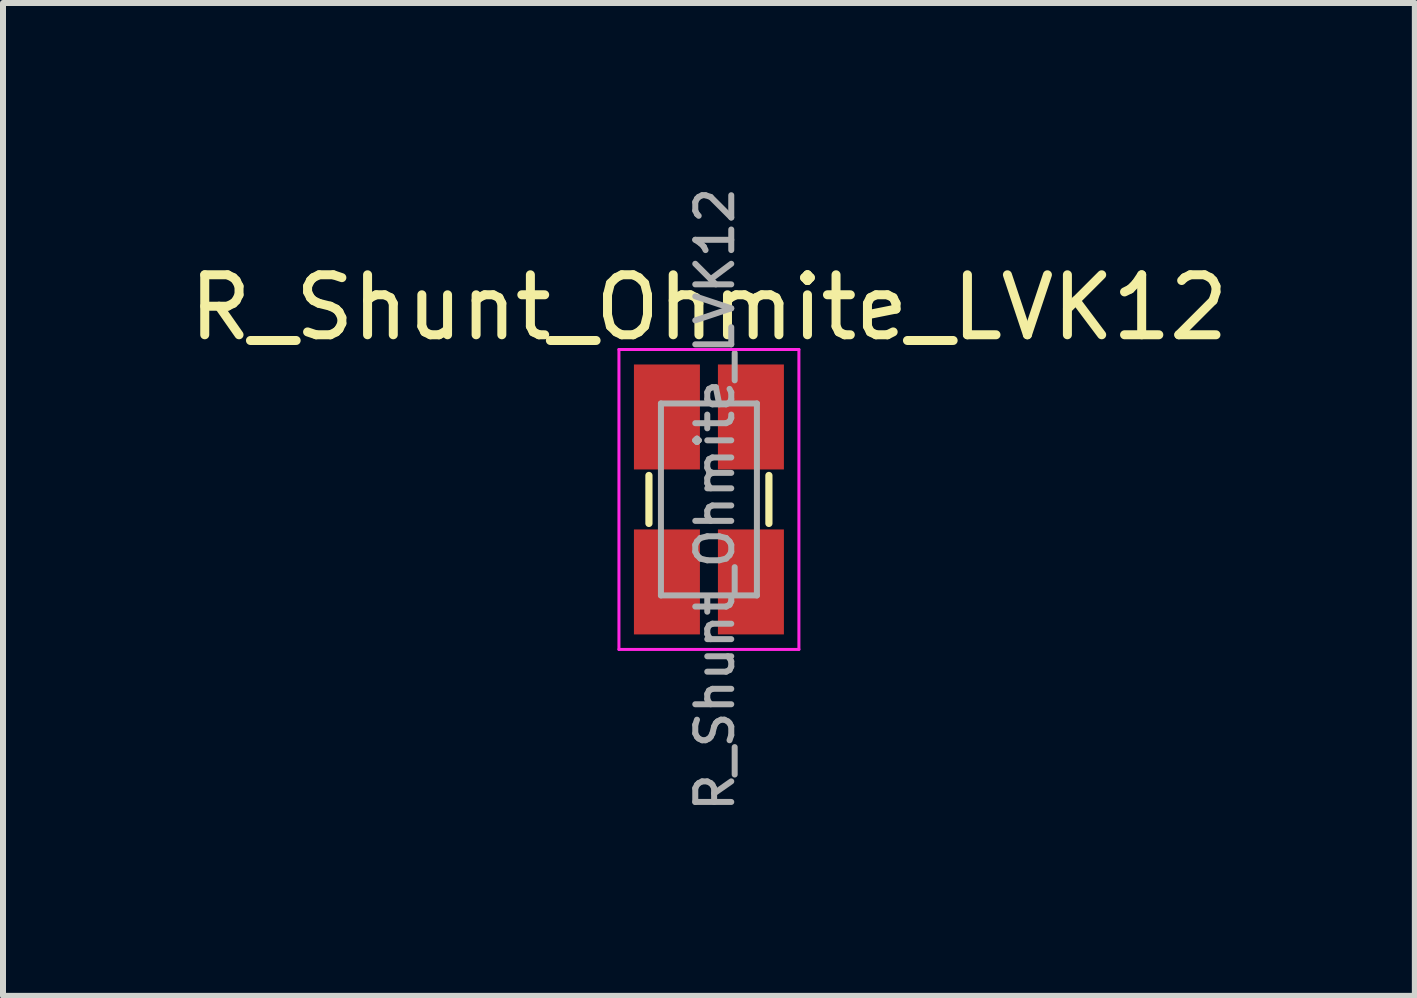
<source format=kicad_pcb>
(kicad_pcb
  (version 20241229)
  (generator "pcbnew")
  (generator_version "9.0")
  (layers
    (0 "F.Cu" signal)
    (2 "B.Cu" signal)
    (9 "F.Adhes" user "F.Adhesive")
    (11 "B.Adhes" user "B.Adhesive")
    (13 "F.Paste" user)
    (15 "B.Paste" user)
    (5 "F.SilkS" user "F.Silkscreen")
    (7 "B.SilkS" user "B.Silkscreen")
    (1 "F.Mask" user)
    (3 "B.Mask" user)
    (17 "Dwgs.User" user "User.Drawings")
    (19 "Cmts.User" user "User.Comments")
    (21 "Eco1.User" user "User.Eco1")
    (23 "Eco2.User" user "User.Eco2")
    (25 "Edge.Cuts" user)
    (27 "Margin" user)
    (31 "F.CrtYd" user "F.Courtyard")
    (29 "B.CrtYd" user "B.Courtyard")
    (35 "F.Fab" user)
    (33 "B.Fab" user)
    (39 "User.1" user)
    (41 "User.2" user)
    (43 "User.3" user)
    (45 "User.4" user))
  (footprint "R_Shunt_Ohmite_LVK12"
    (layer "F.Cu")
    (at 8.768 5.276)
    (property "Reference" "R_Shunt_Ohmite_LVK12" (at 0 -3.2 180) (layer "F.SilkS") (effects (font (size 1 1) (thickness 0.15))))
    (attr smd)
    (fp_line (start -1 0.4) (end -1 -0.4) (stroke (width 0.12) (type solid)) (layer "F.SilkS"))
    (fp_line (start 1 -0.4) (end 1 0.4) (stroke (width 0.12) (type solid)) (layer "F.SilkS"))
    (fp_line (start -1.5 -2.5) (end 1.5 -2.5) (stroke (width 0.05) (type solid)) (layer "F.CrtYd"))
    (fp_line (start -1.5 2.5) (end -1.5 -2.5) (stroke (width 0.05) (type solid)) (layer "F.CrtYd"))
    (fp_line (start 1.5 -2.5) (end 1.5 2.5) (stroke (width 0.05) (type solid)) (layer "F.CrtYd"))
    (fp_line (start 1.5 2.5) (end -1.5 2.5) (stroke (width 0.05) (type solid)) (layer "F.CrtYd"))
    (fp_line (start -0.8 -1.6) (end -0.8 1.6) (stroke (width 0.1) (type solid)) (layer "F.Fab"))
    (fp_line (start -0.8 1.6) (end 0.8 1.6) (stroke (width 0.1) (type solid)) (layer "F.Fab"))
    (fp_line (start 0.8 -1.6) (end -0.8 -1.6) (stroke (width 0.1) (type solid)) (layer "F.Fab"))
    (fp_line (start 0.8 1.6) (end 0.8 -1.6) (stroke (width 0.1) (type solid)) (layer "F.Fab"))
    (fp_text user "${REFERENCE}" (at 0.1 0 90) (layer "F.Fab") (effects (font (size 0.6 0.6) (thickness 0.1))))
    (pad "1" smd rect (at -0.7 -1.375) (size 1.1 1.75) (layers "F.Cu" "F.Mask" "F.Paste"))
    (pad "2" smd rect (at 0.7 -1.375) (size 1.1 1.75) (layers "F.Cu" "F.Mask" "F.Paste"))
    (pad "3" smd rect (at 0.7 1.375) (size 1.1 1.75) (layers "F.Cu" "F.Mask" "F.Paste"))
    (pad "4" smd rect (at -0.7 1.375) (size 1.1 1.75) (layers "F.Cu" "F.Mask" "F.Paste")))
  (gr_rect
    (start -3 -3)
    (end 20.536 13.551)
    (stroke (width 0.1) (type default))
    (fill no)
    (layer "Edge.Cuts")))
</source>
